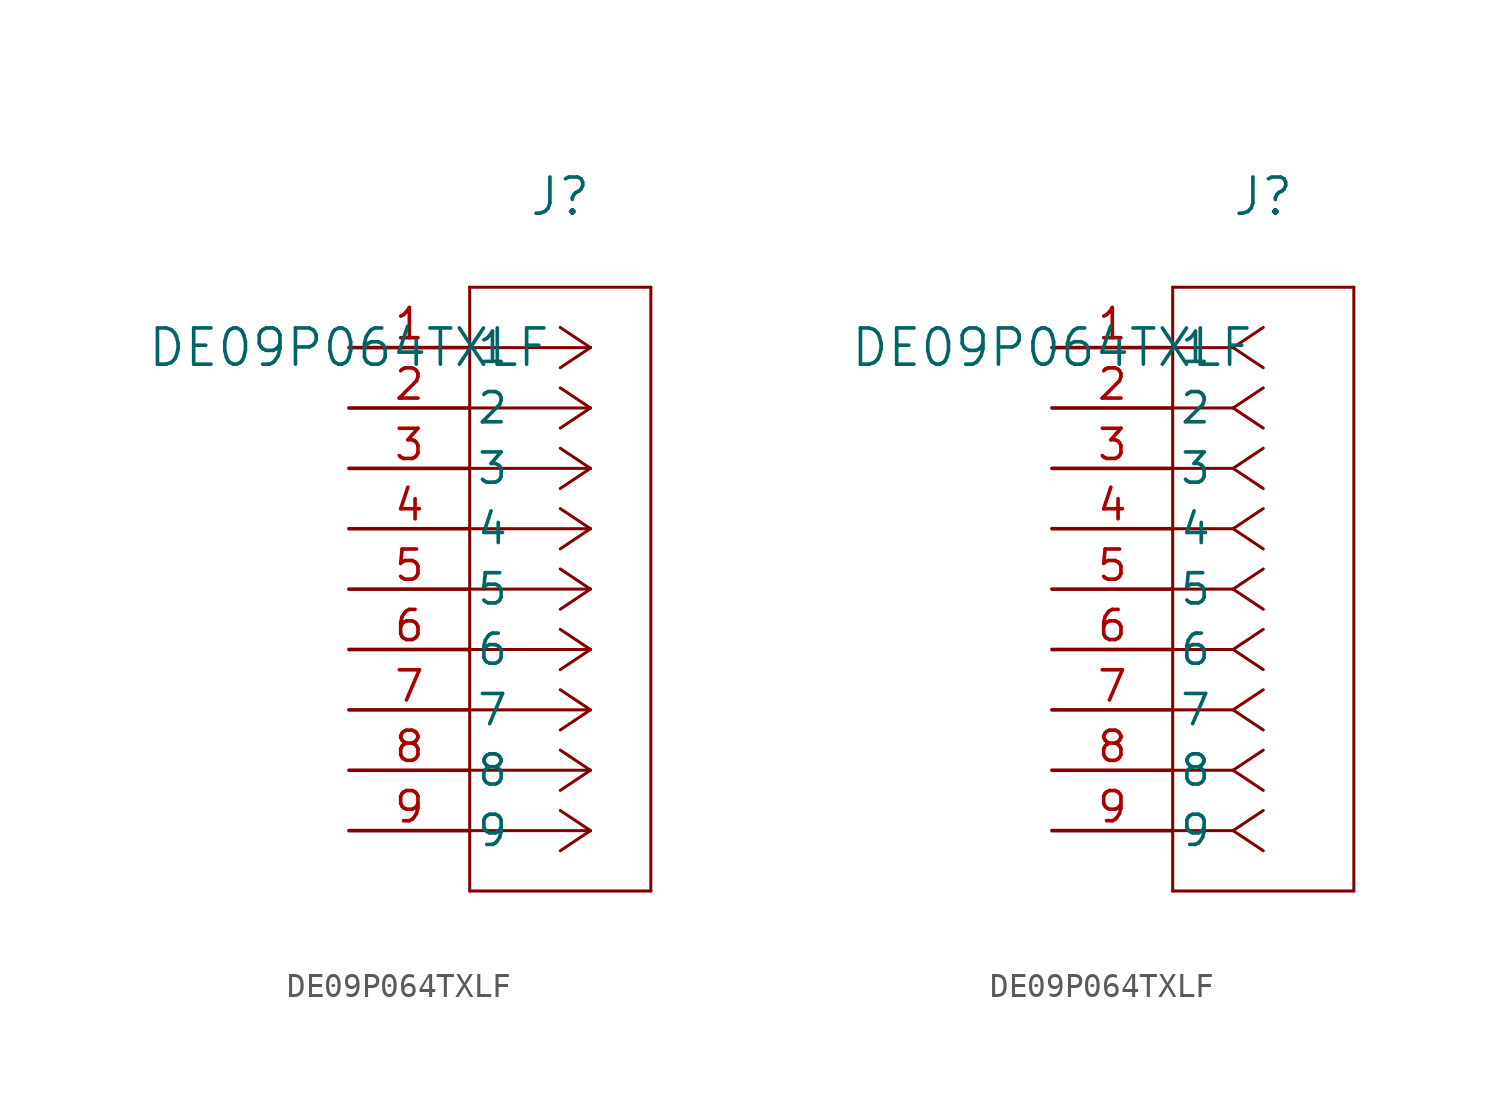
<source format=kicad_sym>
(kicad_symbol_lib
  (version 20211014)
  (generator kicad_symbol_editor)
  (symbol "DE09P064TXLF"
    (pin_names
      (offset 0.254))
    (property "Reference" "J"
      (at 8.89 6.35 0)
      (effects (font (size 1.524 1.524))))
    (property "Value" "DE09P064TXLF"
      (at 0 0 0)
      (effects (font (size 1.524 1.524))))
    (symbol "DE09P064TXLF_1_1"
      (polyline (pts (xy 10.16 0) (xy 5.08 0)) (stroke (width 0.127) (type default) (color 0 0 0 0)) (fill (type none)))
      (polyline (pts (xy 10.16 -2.54) (xy 5.08 -2.54)) (stroke (width 0.127) (type default) (color 0 0 0 0)) (fill (type none)))
      (polyline (pts (xy 10.16 -5.08) (xy 5.08 -5.08)) (stroke (width 0.127) (type default) (color 0 0 0 0)) (fill (type none)))
      (polyline (pts (xy 10.16 -7.62) (xy 5.08 -7.62)) (stroke (width 0.127) (type default) (color 0 0 0 0)) (fill (type none)))
      (polyline (pts (xy 10.16 -10.16) (xy 5.08 -10.16)) (stroke (width 0.127) (type default) (color 0 0 0 0)) (fill (type none)))
      (polyline (pts (xy 10.16 -12.7) (xy 5.08 -12.7)) (stroke (width 0.127) (type default) (color 0 0 0 0)) (fill (type none)))
      (polyline (pts (xy 10.16 -15.24) (xy 5.08 -15.24)) (stroke (width 0.127) (type default) (color 0 0 0 0)) (fill (type none)))
      (polyline (pts (xy 10.16 -17.78) (xy 5.08 -17.78)) (stroke (width 0.127) (type default) (color 0 0 0 0)) (fill (type none)))
      (polyline (pts (xy 10.16 -20.32) (xy 5.08 -20.32)) (stroke (width 0.127) (type default) (color 0 0 0 0)) (fill (type none)))
      (polyline (pts (xy 10.16 0) (xy 8.89 0.847)) (stroke (width 0.127) (type default) (color 0 0 0 0)) (fill (type none)))
      (polyline (pts (xy 10.16 -2.54) (xy 8.89 -1.693)) (stroke (width 0.127) (type default) (color 0 0 0 0)) (fill (type none)))
      (polyline (pts (xy 10.16 -5.08) (xy 8.89 -4.233)) (stroke (width 0.127) (type default) (color 0 0 0 0)) (fill (type none)))
      (polyline (pts (xy 10.16 -7.62) (xy 8.89 -6.773)) (stroke (width 0.127) (type default) (color 0 0 0 0)) (fill (type none)))
      (polyline (pts (xy 10.16 -10.16) (xy 8.89 -9.313)) (stroke (width 0.127) (type default) (color 0 0 0 0)) (fill (type none)))
      (polyline (pts (xy 10.16 -12.7) (xy 8.89 -11.853)) (stroke (width 0.127) (type default) (color 0 0 0 0)) (fill (type none)))
      (polyline (pts (xy 10.16 -15.24) (xy 8.89 -14.393)) (stroke (width 0.127) (type default) (color 0 0 0 0)) (fill (type none)))
      (polyline (pts (xy 10.16 -17.78) (xy 8.89 -16.933)) (stroke (width 0.127) (type default) (color 0 0 0 0)) (fill (type none)))
      (polyline (pts (xy 10.16 -20.32) (xy 8.89 -19.473)) (stroke (width 0.127) (type default) (color 0 0 0 0)) (fill (type none)))
      (polyline (pts (xy 10.16 0) (xy 8.89 -0.847)) (stroke (width 0.127) (type default) (color 0 0 0 0)) (fill (type none)))
      (polyline (pts (xy 10.16 -2.54) (xy 8.89 -3.387)) (stroke (width 0.127) (type default) (color 0 0 0 0)) (fill (type none)))
      (polyline (pts (xy 10.16 -5.08) (xy 8.89 -5.927)) (stroke (width 0.127) (type default) (color 0 0 0 0)) (fill (type none)))
      (polyline (pts (xy 10.16 -7.62) (xy 8.89 -8.467)) (stroke (width 0.127) (type default) (color 0 0 0 0)) (fill (type none)))
      (polyline (pts (xy 10.16 -10.16) (xy 8.89 -11.007)) (stroke (width 0.127) (type default) (color 0 0 0 0)) (fill (type none)))
      (polyline (pts (xy 10.16 -12.7) (xy 8.89 -13.547)) (stroke (width 0.127) (type default) (color 0 0 0 0)) (fill (type none)))
      (polyline (pts (xy 10.16 -15.24) (xy 8.89 -16.087)) (stroke (width 0.127) (type default) (color 0 0 0 0)) (fill (type none)))
      (polyline (pts (xy 10.16 -17.78) (xy 8.89 -18.627)) (stroke (width 0.127) (type default) (color 0 0 0 0)) (fill (type none)))
      (polyline (pts (xy 10.16 -20.32) (xy 8.89 -21.167)) (stroke (width 0.127) (type default) (color 0 0 0 0)) (fill (type none)))
      (polyline (pts (xy 5.08 2.54) (xy 5.08 -22.86)) (stroke (width 0.127) (type default) (color 0 0 0 0)) (fill (type none)))
      (polyline (pts (xy 5.08 -22.86) (xy 12.7 -22.86)) (stroke (width 0.127) (type default) (color 0 0 0 0)) (fill (type none)))
      (polyline (pts (xy 12.7 -22.86) (xy 12.7 2.54)) (stroke (width 0.127) (type default) (color 0 0 0 0)) (fill (type none)))
      (polyline (pts (xy 12.7 2.54) (xy 5.08 2.54)) (stroke (width 0.127) (type default) (color 0 0 0 0)) (fill (type none)))
      (pin unspecified line (at 0 0 0) (length 5.08) (name "1" (effects (font (size 1.27 1.27)))) (number "1" (effects (font (size 1.27 1.27)))))
      (pin unspecified line (at 0 -2.54 0) (length 5.08) (name "2" (effects (font (size 1.27 1.27)))) (number "2" (effects (font (size 1.27 1.27)))))
      (pin unspecified line (at 0 -5.08 0) (length 5.08) (name "3" (effects (font (size 1.27 1.27)))) (number "3" (effects (font (size 1.27 1.27)))))
      (pin unspecified line (at 0 -7.62 0) (length 5.08) (name "4" (effects (font (size 1.27 1.27)))) (number "4" (effects (font (size 1.27 1.27)))))
      (pin unspecified line (at 0 -10.16 0) (length 5.08) (name "5" (effects (font (size 1.27 1.27)))) (number "5" (effects (font (size 1.27 1.27)))))
      (pin unspecified line (at 0 -12.7 0) (length 5.08) (name "6" (effects (font (size 1.27 1.27)))) (number "6" (effects (font (size 1.27 1.27)))))
      (pin unspecified line (at 0 -15.24 0) (length 5.08) (name "7" (effects (font (size 1.27 1.27)))) (number "7" (effects (font (size 1.27 1.27)))))
      (pin unspecified line (at 0 -17.78 0) (length 5.08) (name "8" (effects (font (size 1.27 1.27)))) (number "8" (effects (font (size 1.27 1.27)))))
      (pin unspecified line (at 0 -20.32 0) (length 5.08) (name "9" (effects (font (size 1.27 1.27)))) (number "9" (effects (font (size 1.27 1.27))))))
    (symbol "DE09P064TXLF_1_2"
      (polyline (pts (xy 7.62 0) (xy 5.08 0)) (stroke (width 0.127) (type default) (color 0 0 0 0)) (fill (type none)))
      (polyline (pts (xy 7.62 -2.54) (xy 5.08 -2.54)) (stroke (width 0.127) (type default) (color 0 0 0 0)) (fill (type none)))
      (polyline (pts (xy 7.62 -5.08) (xy 5.08 -5.08)) (stroke (width 0.127) (type default) (color 0 0 0 0)) (fill (type none)))
      (polyline (pts (xy 7.62 -7.62) (xy 5.08 -7.62)) (stroke (width 0.127) (type default) (color 0 0 0 0)) (fill (type none)))
      (polyline (pts (xy 7.62 -10.16) (xy 5.08 -10.16)) (stroke (width 0.127) (type default) (color 0 0 0 0)) (fill (type none)))
      (polyline (pts (xy 7.62 -12.7) (xy 5.08 -12.7)) (stroke (width 0.127) (type default) (color 0 0 0 0)) (fill (type none)))
      (polyline (pts (xy 7.62 -15.24) (xy 5.08 -15.24)) (stroke (width 0.127) (type default) (color 0 0 0 0)) (fill (type none)))
      (polyline (pts (xy 7.62 -17.78) (xy 5.08 -17.78)) (stroke (width 0.127) (type default) (color 0 0 0 0)) (fill (type none)))
      (polyline (pts (xy 7.62 -20.32) (xy 5.08 -20.32)) (stroke (width 0.127) (type default) (color 0 0 0 0)) (fill (type none)))
      (polyline (pts (xy 7.62 0) (xy 8.89 0.847)) (stroke (width 0.127) (type default) (color 0 0 0 0)) (fill (type none)))
      (polyline (pts (xy 7.62 -2.54) (xy 8.89 -1.693)) (stroke (width 0.127) (type default) (color 0 0 0 0)) (fill (type none)))
      (polyline (pts (xy 7.62 -5.08) (xy 8.89 -4.233)) (stroke (width 0.127) (type default) (color 0 0 0 0)) (fill (type none)))
      (polyline (pts (xy 7.62 -7.62) (xy 8.89 -6.773)) (stroke (width 0.127) (type default) (color 0 0 0 0)) (fill (type none)))
      (polyline (pts (xy 7.62 -10.16) (xy 8.89 -9.313)) (stroke (width 0.127) (type default) (color 0 0 0 0)) (fill (type none)))
      (polyline (pts (xy 7.62 -12.7) (xy 8.89 -11.853)) (stroke (width 0.127) (type default) (color 0 0 0 0)) (fill (type none)))
      (polyline (pts (xy 7.62 -15.24) (xy 8.89 -14.393)) (stroke (width 0.127) (type default) (color 0 0 0 0)) (fill (type none)))
      (polyline (pts (xy 7.62 -17.78) (xy 8.89 -16.933)) (stroke (width 0.127) (type default) (color 0 0 0 0)) (fill (type none)))
      (polyline (pts (xy 7.62 -20.32) (xy 8.89 -19.473)) (stroke (width 0.127) (type default) (color 0 0 0 0)) (fill (type none)))
      (polyline (pts (xy 7.62 0) (xy 8.89 -0.847)) (stroke (width 0.127) (type default) (color 0 0 0 0)) (fill (type none)))
      (polyline (pts (xy 7.62 -2.54) (xy 8.89 -3.387)) (stroke (width 0.127) (type default) (color 0 0 0 0)) (fill (type none)))
      (polyline (pts (xy 7.62 -5.08) (xy 8.89 -5.927)) (stroke (width 0.127) (type default) (color 0 0 0 0)) (fill (type none)))
      (polyline (pts (xy 7.62 -7.62) (xy 8.89 -8.467)) (stroke (width 0.127) (type default) (color 0 0 0 0)) (fill (type none)))
      (polyline (pts (xy 7.62 -10.16) (xy 8.89 -11.007)) (stroke (width 0.127) (type default) (color 0 0 0 0)) (fill (type none)))
      (polyline (pts (xy 7.62 -12.7) (xy 8.89 -13.547)) (stroke (width 0.127) (type default) (color 0 0 0 0)) (fill (type none)))
      (polyline (pts (xy 7.62 -15.24) (xy 8.89 -16.087)) (stroke (width 0.127) (type default) (color 0 0 0 0)) (fill (type none)))
      (polyline (pts (xy 7.62 -17.78) (xy 8.89 -18.627)) (stroke (width 0.127) (type default) (color 0 0 0 0)) (fill (type none)))
      (polyline (pts (xy 7.62 -20.32) (xy 8.89 -21.167)) (stroke (width 0.127) (type default) (color 0 0 0 0)) (fill (type none)))
      (polyline (pts (xy 5.08 2.54) (xy 5.08 -22.86)) (stroke (width 0.127) (type default) (color 0 0 0 0)) (fill (type none)))
      (polyline (pts (xy 5.08 -22.86) (xy 12.7 -22.86)) (stroke (width 0.127) (type default) (color 0 0 0 0)) (fill (type none)))
      (polyline (pts (xy 12.7 -22.86) (xy 12.7 2.54)) (stroke (width 0.127) (type default) (color 0 0 0 0)) (fill (type none)))
      (polyline (pts (xy 12.7 2.54) (xy 5.08 2.54)) (stroke (width 0.127) (type default) (color 0 0 0 0)) (fill (type none)))
      (pin unspecified line (at 0 0 0) (length 5.08) (name "1" (effects (font (size 1.27 1.27)))) (number "1" (effects (font (size 1.27 1.27)))))
      (pin unspecified line (at 0 -2.54 0) (length 5.08) (name "2" (effects (font (size 1.27 1.27)))) (number "2" (effects (font (size 1.27 1.27)))))
      (pin unspecified line (at 0 -5.08 0) (length 5.08) (name "3" (effects (font (size 1.27 1.27)))) (number "3" (effects (font (size 1.27 1.27)))))
      (pin unspecified line (at 0 -7.62 0) (length 5.08) (name "4" (effects (font (size 1.27 1.27)))) (number "4" (effects (font (size 1.27 1.27)))))
      (pin unspecified line (at 0 -10.16 0) (length 5.08) (name "5" (effects (font (size 1.27 1.27)))) (number "5" (effects (font (size 1.27 1.27)))))
      (pin unspecified line (at 0 -12.7 0) (length 5.08) (name "6" (effects (font (size 1.27 1.27)))) (number "6" (effects (font (size 1.27 1.27)))))
      (pin unspecified line (at 0 -15.24 0) (length 5.08) (name "7" (effects (font (size 1.27 1.27)))) (number "7" (effects (font (size 1.27 1.27)))))
      (pin unspecified line (at 0 -17.78 0) (length 5.08) (name "8" (effects (font (size 1.27 1.27)))) (number "8" (effects (font (size 1.27 1.27)))))
      (pin unspecified line (at 0 -20.32 0) (length 5.08) (name "9" (effects (font (size 1.27 1.27)))) (number "9" (effects (font (size 1.27 1.27))))))))
</source>
